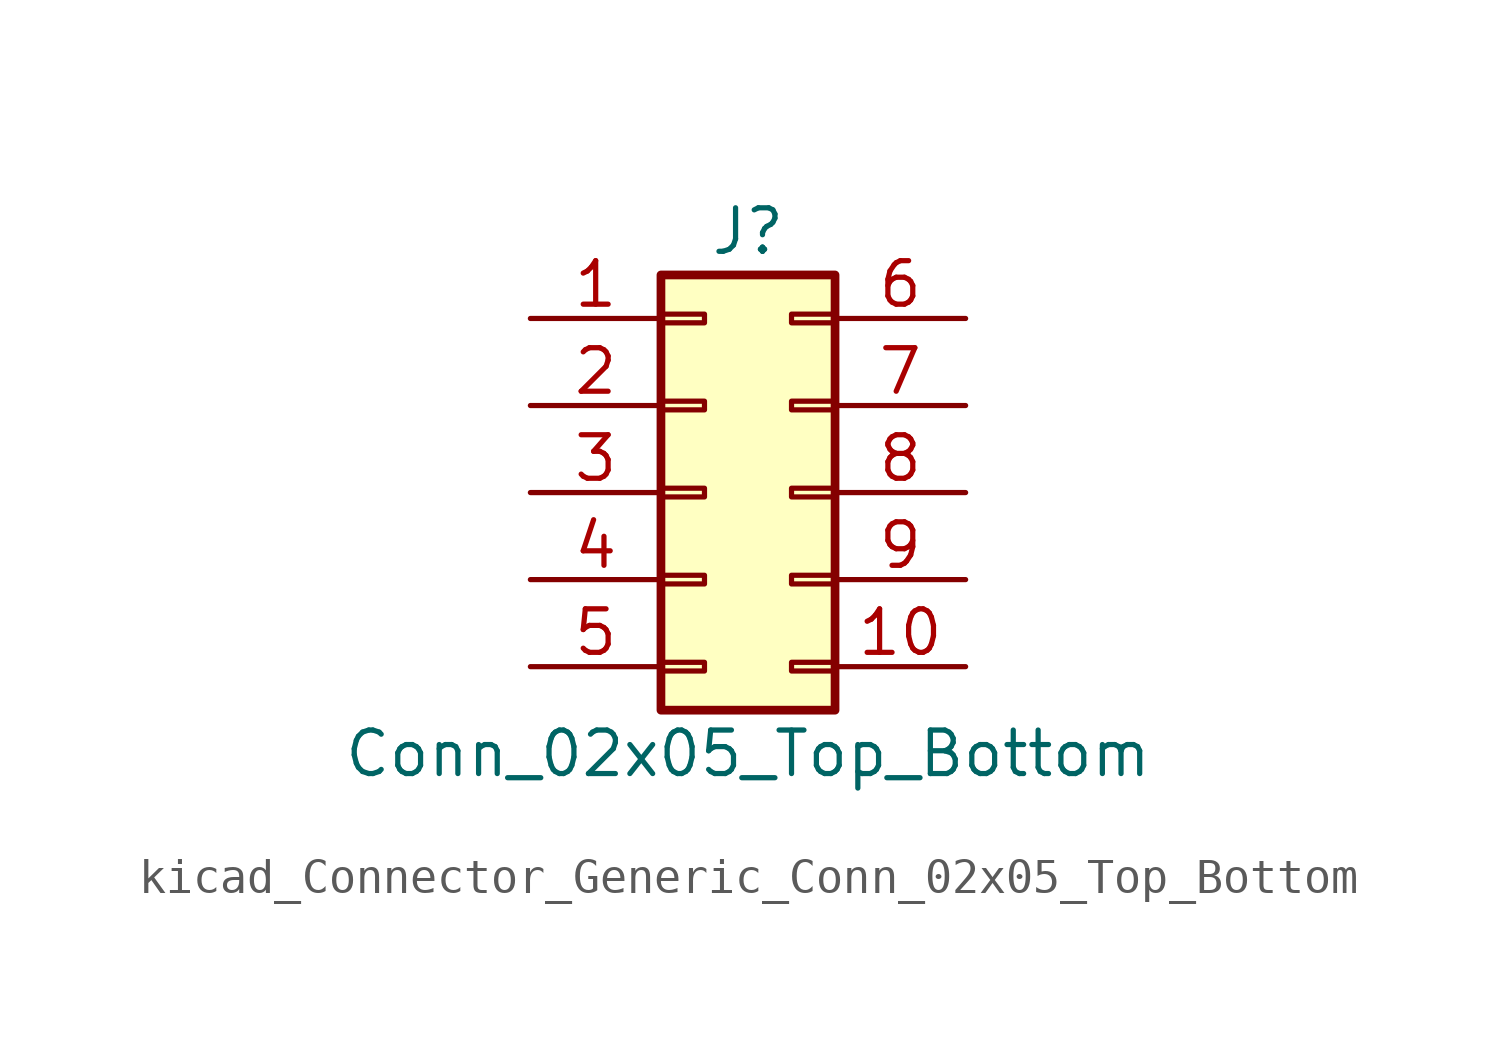
<source format=kicad_sym>
(kicad_symbol_lib
  (version 20220914)
  (generator kicad_symbol_editor)
  (symbol "kicad_Connector_Generic_Conn_02x05_Top_Bottom"
    (pin_names
      (offset 1.016) hide)
    (property "Reference" "J"
      (at 1.27 7.62 0)
      (effects (font (size 1.27 1.27))))
    (property "Value" "Conn_02x05_Top_Bottom"
      (at 1.27 -7.62 0)
      (effects (font (size 1.27 1.27))))
    (symbol "kicad_Connector_Generic_Conn_02x05_Top_Bottom_1_1"
      (rectangle (start -1.27 -4.953) (end 0 -5.207) (stroke (width 0.152) (type default)) (fill (type none)))
      (rectangle (start -1.27 -2.413) (end 0 -2.667) (stroke (width 0.152) (type default)) (fill (type none)))
      (rectangle (start -1.27 0.127) (end 0 -0.127) (stroke (width 0.152) (type default)) (fill (type none)))
      (rectangle (start -1.27 2.667) (end 0 2.413) (stroke (width 0.152) (type default)) (fill (type none)))
      (rectangle (start -1.27 5.207) (end 0 4.953) (stroke (width 0.152) (type default)) (fill (type none)))
      (rectangle (start -1.27 6.35) (end 3.81 -6.35) (stroke (width 0.254) (type default)) (fill (type background)))
      (rectangle (start 3.81 -4.953) (end 2.54 -5.207) (stroke (width 0.152) (type default)) (fill (type none)))
      (rectangle (start 3.81 -2.413) (end 2.54 -2.667) (stroke (width 0.152) (type default)) (fill (type none)))
      (rectangle (start 3.81 0.127) (end 2.54 -0.127) (stroke (width 0.152) (type default)) (fill (type none)))
      (rectangle (start 3.81 2.667) (end 2.54 2.413) (stroke (width 0.152) (type default)) (fill (type none)))
      (rectangle (start 3.81 5.207) (end 2.54 4.953) (stroke (width 0.152) (type default)) (fill (type none)))
      (pin passive line (at -5.08 5.08 0) (length 3.81) (name "Pin_1" (effects (font (size 1.27 1.27)))) (number "1" (effects (font (size 1.27 1.27)))))
      (pin passive line (at 7.62 -5.08 180) (length 3.81) (name "Pin_10" (effects (font (size 1.27 1.27)))) (number "10" (effects (font (size 1.27 1.27)))))
      (pin passive line (at -5.08 2.54 0) (length 3.81) (name "Pin_2" (effects (font (size 1.27 1.27)))) (number "2" (effects (font (size 1.27 1.27)))))
      (pin passive line (at -5.08 0 0) (length 3.81) (name "Pin_3" (effects (font (size 1.27 1.27)))) (number "3" (effects (font (size 1.27 1.27)))))
      (pin passive line (at -5.08 -2.54 0) (length 3.81) (name "Pin_4" (effects (font (size 1.27 1.27)))) (number "4" (effects (font (size 1.27 1.27)))))
      (pin passive line (at -5.08 -5.08 0) (length 3.81) (name "Pin_5" (effects (font (size 1.27 1.27)))) (number "5" (effects (font (size 1.27 1.27)))))
      (pin passive line (at 7.62 5.08 180) (length 3.81) (name "Pin_6" (effects (font (size 1.27 1.27)))) (number "6" (effects (font (size 1.27 1.27)))))
      (pin passive line (at 7.62 2.54 180) (length 3.81) (name "Pin_7" (effects (font (size 1.27 1.27)))) (number "7" (effects (font (size 1.27 1.27)))))
      (pin passive line (at 7.62 0 180) (length 3.81) (name "Pin_8" (effects (font (size 1.27 1.27)))) (number "8" (effects (font (size 1.27 1.27)))))
      (pin passive line (at 7.62 -2.54 180) (length 3.81) (name "Pin_9" (effects (font (size 1.27 1.27)))) (number "9" (effects (font (size 1.27 1.27))))))))
</source>
